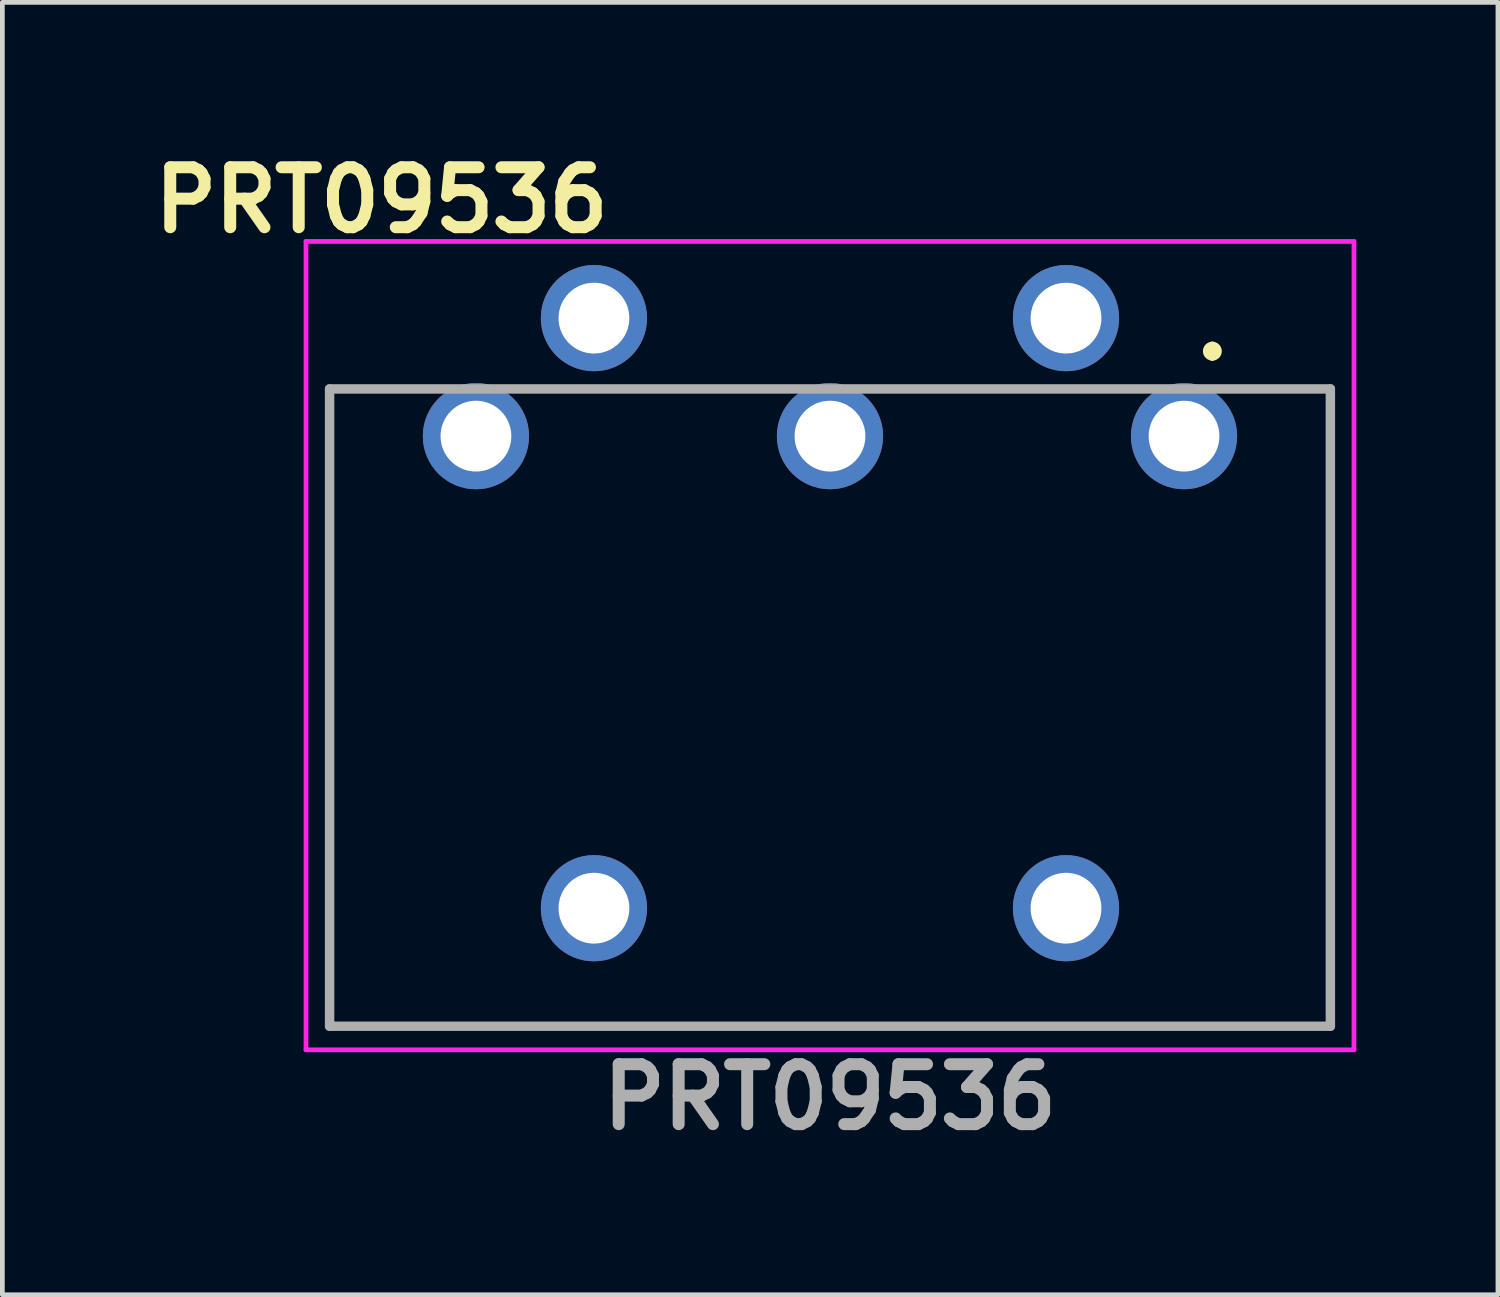
<source format=kicad_pcb>
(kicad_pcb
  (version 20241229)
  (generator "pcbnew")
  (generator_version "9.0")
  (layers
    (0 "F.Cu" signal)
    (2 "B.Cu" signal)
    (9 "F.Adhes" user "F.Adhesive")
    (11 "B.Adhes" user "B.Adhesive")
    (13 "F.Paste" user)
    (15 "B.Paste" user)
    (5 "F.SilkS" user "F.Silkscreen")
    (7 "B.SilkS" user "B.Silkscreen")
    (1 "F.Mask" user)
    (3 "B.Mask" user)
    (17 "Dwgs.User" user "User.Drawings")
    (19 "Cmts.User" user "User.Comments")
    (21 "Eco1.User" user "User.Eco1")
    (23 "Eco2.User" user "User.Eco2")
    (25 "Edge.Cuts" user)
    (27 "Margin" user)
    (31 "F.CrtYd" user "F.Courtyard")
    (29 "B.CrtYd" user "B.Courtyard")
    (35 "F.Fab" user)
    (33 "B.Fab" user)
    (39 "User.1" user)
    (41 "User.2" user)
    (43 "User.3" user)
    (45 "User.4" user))
  (footprint "PRT09536"
    (layer "F.Cu")
    (at 22.032 6.189)
    (property "Reference" "PRT09536" (at -17 -5 0) (layer "F.SilkS") (effects (font (size 1.27 1.27) (thickness 0.254))))
    (attr through_hole)
    (fp_line (start -18.1 -1) (end -16.5 -1) (stroke (width 0.1) (type solid)) (layer "F.SilkS"))
    (fp_line (start -18.1 12.5) (end -18.1 -1) (stroke (width 0.1) (type solid)) (layer "F.SilkS"))
    (fp_line (start -9 -1) (end -11 -1) (stroke (width 0.1) (type solid)) (layer "F.SilkS"))
    (fp_line (start -6 -1) (end -4 -1) (stroke (width 0.1) (type solid)) (layer "F.SilkS"))
    (fp_line (start 0.6 -1.9) (end 0.6 -1.9) (stroke (width 0.2) (type solid)) (layer "F.SilkS"))
    (fp_line (start 0.6 -1.7) (end 0.6 -1.7) (stroke (width 0.2) (type solid)) (layer "F.SilkS"))
    (fp_line (start 1.5 -1) (end 3.1 -1) (stroke (width 0.1) (type solid)) (layer "F.SilkS"))
    (fp_line (start 3.1 -1) (end 3.1 12.5) (stroke (width 0.1) (type solid)) (layer "F.SilkS"))
    (fp_line (start 3.1 12.5) (end -18.1 12.5) (stroke (width 0.1) (type solid)) (layer "F.SilkS"))
    (fp_arc (start 0.6 -1.9) (mid 0.7 -1.8) (end 0.6 -1.7) (stroke (width 0.2) (type solid)) (layer "F.SilkS"))
    (fp_arc (start 0.6 -1.7) (mid 0.5 -1.8) (end 0.6 -1.9) (stroke (width 0.2) (type solid)) (layer "F.SilkS"))
    (fp_line (start -18.6 -4.125) (end 3.6 -4.125) (stroke (width 0.1) (type solid)) (layer "F.CrtYd"))
    (fp_line (start -18.6 13) (end -18.6 -4.125) (stroke (width 0.1) (type solid)) (layer "F.CrtYd"))
    (fp_line (start 3.6 -4.125) (end 3.6 13) (stroke (width 0.1) (type solid)) (layer "F.CrtYd"))
    (fp_line (start 3.6 13) (end -18.6 13) (stroke (width 0.1) (type solid)) (layer "F.CrtYd"))
    (fp_line (start -18.1 -1) (end 3.1 -1) (stroke (width 0.2) (type solid)) (layer "F.Fab"))
    (fp_line (start -18.1 12.5) (end -18.1 -1) (stroke (width 0.2) (type solid)) (layer "F.Fab"))
    (fp_line (start 3.1 -1) (end 3.1 12.5) (stroke (width 0.2) (type solid)) (layer "F.Fab"))
    (fp_line (start 3.1 12.5) (end -18.1 12.5) (stroke (width 0.2) (type solid)) (layer "F.Fab"))
    (fp_text user "${REFERENCE}" (at -7.5 14 0) (layer "F.Fab") (effects (font (size 1.27 1.27) (thickness 0.254))))
    (pad "1" thru_hole circle (at 0 0) (size 2.25 2.25) (drill 1.5) (layers "*.Cu" "*.Mask"))
    (pad "2" thru_hole circle (at -7.5 0) (size 2.25 2.25) (drill 1.5) (layers "*.Cu" "*.Mask"))
    (pad "3" thru_hole circle (at -15 0) (size 2.25 2.25) (drill 1.5) (layers "*.Cu" "*.Mask"))
    (pad "4" thru_hole circle (at -2.5 -2.5) (size 2.25 2.25) (drill 1.5) (layers "*.Cu" "*.Mask"))
    (pad "5" thru_hole circle (at -12.5 -2.5) (size 2.25 2.25) (drill 1.5) (layers "*.Cu" "*.Mask"))
    (pad "E1" thru_hole circle (at -2.5 10) (size 2.25 2.25) (drill 1.5) (layers "*.Cu" "*.Mask"))
    (pad "E2" thru_hole circle (at -12.5 10) (size 2.25 2.25) (drill 1.5) (layers "*.Cu" "*.Mask")))
  (gr_rect
    (start -3 -3)
    (end 28.682 24.377)
    (stroke (width 0.1) (type default))
    (fill no)
    (layer "Edge.Cuts")))
</source>
